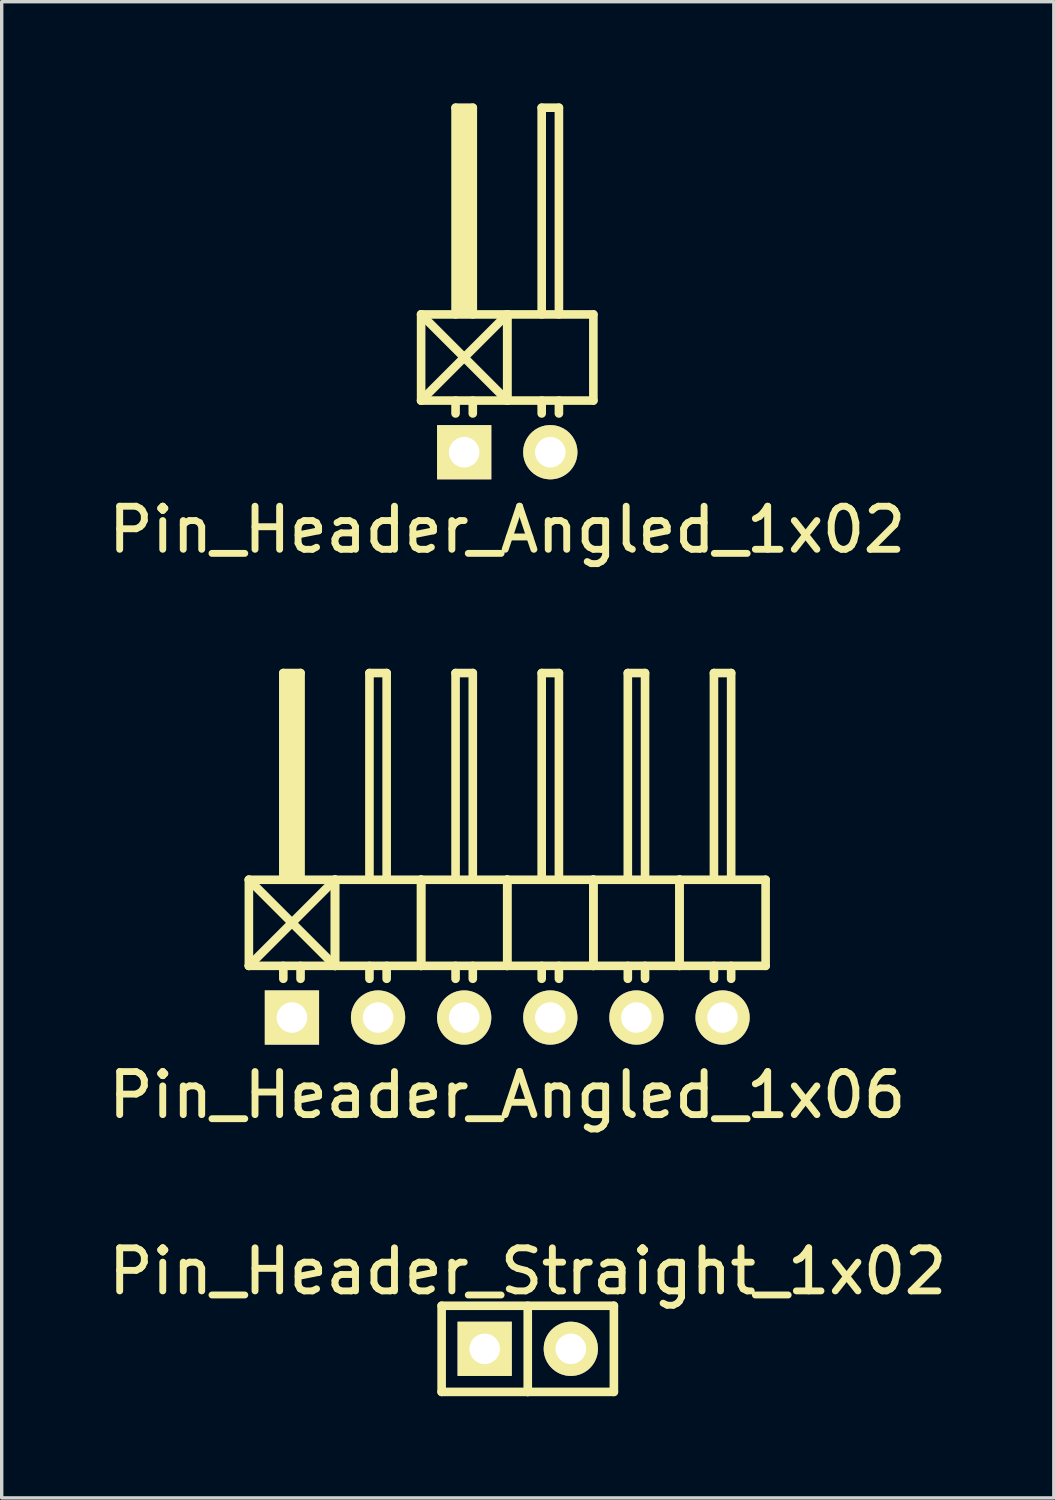
<source format=kicad_pcb>
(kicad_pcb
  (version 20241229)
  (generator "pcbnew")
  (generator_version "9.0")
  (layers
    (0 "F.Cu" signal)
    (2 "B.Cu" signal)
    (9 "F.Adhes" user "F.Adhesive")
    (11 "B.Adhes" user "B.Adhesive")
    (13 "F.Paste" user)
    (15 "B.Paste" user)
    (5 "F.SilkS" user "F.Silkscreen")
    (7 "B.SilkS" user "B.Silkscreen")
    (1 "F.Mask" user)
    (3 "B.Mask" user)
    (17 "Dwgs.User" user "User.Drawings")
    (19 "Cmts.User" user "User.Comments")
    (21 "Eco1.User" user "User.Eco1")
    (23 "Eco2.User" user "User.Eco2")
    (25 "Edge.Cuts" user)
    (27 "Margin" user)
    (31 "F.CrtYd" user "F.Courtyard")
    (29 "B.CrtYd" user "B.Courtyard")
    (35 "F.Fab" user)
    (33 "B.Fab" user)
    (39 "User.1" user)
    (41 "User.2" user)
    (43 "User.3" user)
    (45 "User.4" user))
  (footprint "Pin_Header_Angled_1x02"
    (layer "F.Cu")
    (at 11.91 10.287)
    (property "Reference" "Pin_Header_Angled_1x02" (at 0 2.286 0) (layer "F.SilkS") (effects (font (size 1.27 1.27) (thickness 0.203))))
    (attr through_hole)
    (fp_line (start -2.54 -4.064) (end 0 -1.524) (stroke (width 0.254) (type solid)) (layer "F.SilkS"))
    (fp_line (start -2.54 -1.524) (end -2.54 -4.064) (stroke (width 0.254) (type solid)) (layer "F.SilkS"))
    (fp_line (start -2.54 -1.524) (end 0 -1.524) (stroke (width 0.254) (type solid)) (layer "F.SilkS"))
    (fp_line (start -1.524 -10.16) (end -1.016 -10.16) (stroke (width 0.254) (type solid)) (layer "F.SilkS"))
    (fp_line (start -1.524 -4.064) (end -1.524 -10.16) (stroke (width 0.254) (type solid)) (layer "F.SilkS"))
    (fp_line (start -1.524 -1.524) (end -1.524 -1.143) (stroke (width 0.254) (type solid)) (layer "F.SilkS"))
    (fp_line (start -1.397 -10.033) (end -1.143 -10.033) (stroke (width 0.254) (type solid)) (layer "F.SilkS"))
    (fp_line (start -1.397 -4.191) (end -1.397 -10.033) (stroke (width 0.254) (type solid)) (layer "F.SilkS"))
    (fp_line (start -1.27 -4.191) (end -1.27 -10.033) (stroke (width 0.254) (type solid)) (layer "F.SilkS"))
    (fp_line (start -1.143 -10.033) (end -1.143 -4.191) (stroke (width 0.254) (type solid)) (layer "F.SilkS"))
    (fp_line (start -1.143 -4.191) (end -1.27 -4.191) (stroke (width 0.254) (type solid)) (layer "F.SilkS"))
    (fp_line (start -1.016 -10.16) (end -1.016 -4.064) (stroke (width 0.254) (type solid)) (layer "F.SilkS"))
    (fp_line (start -1.016 -1.524) (end -1.016 -1.143) (stroke (width 0.254) (type solid)) (layer "F.SilkS"))
    (fp_line (start 0 -4.064) (end -2.54 -4.064) (stroke (width 0.254) (type solid)) (layer "F.SilkS"))
    (fp_line (start 0 -4.064) (end -2.54 -1.524) (stroke (width 0.254) (type solid)) (layer "F.SilkS"))
    (fp_line (start 0 -1.524) (end 0 -4.064) (stroke (width 0.254) (type solid)) (layer "F.SilkS"))
    (fp_line (start 0 -1.524) (end 0 -4.064) (stroke (width 0.254) (type solid)) (layer "F.SilkS"))
    (fp_line (start 0 -1.524) (end 2.54 -1.524) (stroke (width 0.254) (type solid)) (layer "F.SilkS"))
    (fp_line (start 1.016 -10.16) (end 1.524 -10.16) (stroke (width 0.254) (type solid)) (layer "F.SilkS"))
    (fp_line (start 1.016 -4.064) (end 1.016 -10.16) (stroke (width 0.254) (type solid)) (layer "F.SilkS"))
    (fp_line (start 1.016 -1.524) (end 1.016 -1.143) (stroke (width 0.254) (type solid)) (layer "F.SilkS"))
    (fp_line (start 1.524 -10.16) (end 1.524 -4.064) (stroke (width 0.254) (type solid)) (layer "F.SilkS"))
    (fp_line (start 1.524 -1.524) (end 1.524 -1.143) (stroke (width 0.254) (type solid)) (layer "F.SilkS"))
    (fp_line (start 2.54 -4.064) (end 0 -4.064) (stroke (width 0.254) (type solid)) (layer "F.SilkS"))
    (fp_line (start 2.54 -1.524) (end 2.54 -4.064) (stroke (width 0.254) (type solid)) (layer "F.SilkS"))
    (pad "1" thru_hole rect (at -1.27 0) (size 1.6 1.6) (drill 0.9) (layers "*.Cu" "*.Mask" "F.SilkS"))
    (pad "2" thru_hole circle (at 1.27 0) (size 1.6 1.6) (drill 0.9) (layers "*.Cu" "*.Mask" "F.SilkS")))
  (footprint "Pin_Header_Angled_1x06"
    (layer "F.Cu")
    (at 11.91 26.96)
    (property "Reference" "Pin_Header_Angled_1x06" (at 0 2.286 0) (layer "F.SilkS") (effects (font (size 1.27 1.27) (thickness 0.203))))
    (attr through_hole)
    (fp_line (start -7.62 -4.064) (end -5.08 -1.524) (stroke (width 0.254) (type solid)) (layer "F.SilkS"))
    (fp_line (start -7.62 -1.524) (end -7.62 -4.064) (stroke (width 0.254) (type solid)) (layer "F.SilkS"))
    (fp_line (start -7.62 -1.524) (end -5.08 -1.524) (stroke (width 0.254) (type solid)) (layer "F.SilkS"))
    (fp_line (start -6.604 -10.16) (end -6.096 -10.16) (stroke (width 0.254) (type solid)) (layer "F.SilkS"))
    (fp_line (start -6.604 -4.064) (end -6.604 -10.16) (stroke (width 0.254) (type solid)) (layer "F.SilkS"))
    (fp_line (start -6.604 -1.524) (end -6.604 -1.143) (stroke (width 0.254) (type solid)) (layer "F.SilkS"))
    (fp_line (start -6.477 -10.033) (end -6.223 -10.033) (stroke (width 0.254) (type solid)) (layer "F.SilkS"))
    (fp_line (start -6.477 -4.191) (end -6.477 -10.033) (stroke (width 0.254) (type solid)) (layer "F.SilkS"))
    (fp_line (start -6.35 -4.191) (end -6.35 -10.033) (stroke (width 0.254) (type solid)) (layer "F.SilkS"))
    (fp_line (start -6.223 -10.033) (end -6.223 -4.191) (stroke (width 0.254) (type solid)) (layer "F.SilkS"))
    (fp_line (start -6.223 -4.191) (end -6.35 -4.191) (stroke (width 0.254) (type solid)) (layer "F.SilkS"))
    (fp_line (start -6.096 -10.16) (end -6.096 -4.064) (stroke (width 0.254) (type solid)) (layer "F.SilkS"))
    (fp_line (start -6.096 -1.524) (end -6.096 -1.143) (stroke (width 0.254) (type solid)) (layer "F.SilkS"))
    (fp_line (start -5.08 -4.064) (end -7.62 -4.064) (stroke (width 0.254) (type solid)) (layer "F.SilkS"))
    (fp_line (start -5.08 -4.064) (end -7.62 -1.524) (stroke (width 0.254) (type solid)) (layer "F.SilkS"))
    (fp_line (start -5.08 -1.524) (end -5.08 -4.064) (stroke (width 0.254) (type solid)) (layer "F.SilkS"))
    (fp_line (start -5.08 -1.524) (end -5.08 -4.064) (stroke (width 0.254) (type solid)) (layer "F.SilkS"))
    (fp_line (start -5.08 -1.524) (end -2.54 -1.524) (stroke (width 0.254) (type solid)) (layer "F.SilkS"))
    (fp_line (start -4.064 -10.16) (end -3.556 -10.16) (stroke (width 0.254) (type solid)) (layer "F.SilkS"))
    (fp_line (start -4.064 -4.064) (end -4.064 -10.16) (stroke (width 0.254) (type solid)) (layer "F.SilkS"))
    (fp_line (start -4.064 -1.524) (end -4.064 -1.143) (stroke (width 0.254) (type solid)) (layer "F.SilkS"))
    (fp_line (start -3.556 -10.16) (end -3.556 -4.064) (stroke (width 0.254) (type solid)) (layer "F.SilkS"))
    (fp_line (start -3.556 -1.524) (end -3.556 -1.143) (stroke (width 0.254) (type solid)) (layer "F.SilkS"))
    (fp_line (start -2.54 -4.064) (end -5.08 -4.064) (stroke (width 0.254) (type solid)) (layer "F.SilkS"))
    (fp_line (start -2.54 -1.524) (end -2.54 -4.064) (stroke (width 0.254) (type solid)) (layer "F.SilkS"))
    (fp_line (start -2.54 -1.524) (end -2.54 -4.064) (stroke (width 0.254) (type solid)) (layer "F.SilkS"))
    (fp_line (start -2.54 -1.524) (end 0 -1.524) (stroke (width 0.254) (type solid)) (layer "F.SilkS"))
    (fp_line (start -1.524 -10.16) (end -1.016 -10.16) (stroke (width 0.254) (type solid)) (layer "F.SilkS"))
    (fp_line (start -1.524 -4.064) (end -1.524 -10.16) (stroke (width 0.254) (type solid)) (layer "F.SilkS"))
    (fp_line (start -1.524 -1.524) (end -1.524 -1.143) (stroke (width 0.254) (type solid)) (layer "F.SilkS"))
    (fp_line (start -1.016 -10.16) (end -1.016 -4.064) (stroke (width 0.254) (type solid)) (layer "F.SilkS"))
    (fp_line (start -1.016 -1.524) (end -1.016 -1.143) (stroke (width 0.254) (type solid)) (layer "F.SilkS"))
    (fp_line (start 0 -4.064) (end -2.54 -4.064) (stroke (width 0.254) (type solid)) (layer "F.SilkS"))
    (fp_line (start 0 -1.524) (end 0 -4.064) (stroke (width 0.254) (type solid)) (layer "F.SilkS"))
    (fp_line (start 0 -1.524) (end 0 -4.064) (stroke (width 0.254) (type solid)) (layer "F.SilkS"))
    (fp_line (start 0 -1.524) (end 2.54 -1.524) (stroke (width 0.254) (type solid)) (layer "F.SilkS"))
    (fp_line (start 1.016 -10.16) (end 1.524 -10.16) (stroke (width 0.254) (type solid)) (layer "F.SilkS"))
    (fp_line (start 1.016 -4.064) (end 1.016 -10.16) (stroke (width 0.254) (type solid)) (layer "F.SilkS"))
    (fp_line (start 1.016 -1.524) (end 1.016 -1.143) (stroke (width 0.254) (type solid)) (layer "F.SilkS"))
    (fp_line (start 1.524 -10.16) (end 1.524 -4.064) (stroke (width 0.254) (type solid)) (layer "F.SilkS"))
    (fp_line (start 1.524 -1.524) (end 1.524 -1.143) (stroke (width 0.254) (type solid)) (layer "F.SilkS"))
    (fp_line (start 2.54 -4.064) (end 0 -4.064) (stroke (width 0.254) (type solid)) (layer "F.SilkS"))
    (fp_line (start 2.54 -1.524) (end 2.54 -4.064) (stroke (width 0.254) (type solid)) (layer "F.SilkS"))
    (fp_line (start 2.54 -1.524) (end 2.54 -4.064) (stroke (width 0.254) (type solid)) (layer "F.SilkS"))
    (fp_line (start 2.54 -1.524) (end 5.08 -1.524) (stroke (width 0.254) (type solid)) (layer "F.SilkS"))
    (fp_line (start 3.556 -10.16) (end 4.064 -10.16) (stroke (width 0.254) (type solid)) (layer "F.SilkS"))
    (fp_line (start 3.556 -4.064) (end 3.556 -10.16) (stroke (width 0.254) (type solid)) (layer "F.SilkS"))
    (fp_line (start 3.556 -1.524) (end 3.556 -1.143) (stroke (width 0.254) (type solid)) (layer "F.SilkS"))
    (fp_line (start 4.064 -10.16) (end 4.064 -4.064) (stroke (width 0.254) (type solid)) (layer "F.SilkS"))
    (fp_line (start 4.064 -1.524) (end 4.064 -1.143) (stroke (width 0.254) (type solid)) (layer "F.SilkS"))
    (fp_line (start 5.08 -4.064) (end 2.54 -4.064) (stroke (width 0.254) (type solid)) (layer "F.SilkS"))
    (fp_line (start 5.08 -1.524) (end 5.08 -4.064) (stroke (width 0.254) (type solid)) (layer "F.SilkS"))
    (fp_line (start 5.08 -1.524) (end 5.08 -4.064) (stroke (width 0.254) (type solid)) (layer "F.SilkS"))
    (fp_line (start 5.08 -1.524) (end 7.62 -1.524) (stroke (width 0.254) (type solid)) (layer "F.SilkS"))
    (fp_line (start 6.096 -10.16) (end 6.604 -10.16) (stroke (width 0.254) (type solid)) (layer "F.SilkS"))
    (fp_line (start 6.096 -4.064) (end 6.096 -10.16) (stroke (width 0.254) (type solid)) (layer "F.SilkS"))
    (fp_line (start 6.096 -1.524) (end 6.096 -1.143) (stroke (width 0.254) (type solid)) (layer "F.SilkS"))
    (fp_line (start 6.604 -10.16) (end 6.604 -4.064) (stroke (width 0.254) (type solid)) (layer "F.SilkS"))
    (fp_line (start 6.604 -1.524) (end 6.604 -1.143) (stroke (width 0.254) (type solid)) (layer "F.SilkS"))
    (fp_line (start 7.62 -4.064) (end 5.08 -4.064) (stroke (width 0.254) (type solid)) (layer "F.SilkS"))
    (fp_line (start 7.62 -1.524) (end 7.62 -4.064) (stroke (width 0.254) (type solid)) (layer "F.SilkS"))
    (pad "1" thru_hole rect (at -6.35 0) (size 1.6 1.6) (drill 0.9) (layers "*.Cu" "*.Mask" "F.SilkS"))
    (pad "2" thru_hole circle (at -3.81 0) (size 1.6 1.6) (drill 0.9) (layers "*.Cu" "*.Mask" "F.SilkS"))
    (pad "3" thru_hole circle (at -1.27 0) (size 1.6 1.6) (drill 0.9) (layers "*.Cu" "*.Mask" "F.SilkS"))
    (pad "4" thru_hole circle (at 1.27 0) (size 1.6 1.6) (drill 0.9) (layers "*.Cu" "*.Mask" "F.SilkS"))
    (pad "5" thru_hole circle (at 3.81 0) (size 1.6 1.6) (drill 0.9) (layers "*.Cu" "*.Mask" "F.SilkS"))
    (pad "6" thru_hole circle (at 6.35 0) (size 1.6 1.6) (drill 0.9) (layers "*.Cu" "*.Mask" "F.SilkS")))
  (footprint "Pin_Header_Straight_1x02"
    (layer "F.Cu")
    (at 12.515 36.731)
    (property "Reference" "Pin_Header_Straight_1x02" (at 0 -2.286 0) (layer "F.SilkS") (effects (font (size 1.27 1.27) (thickness 0.203))))
    (attr through_hole)
    (fp_line (start -2.54 -1.27) (end -2.54 1.27) (stroke (width 0.254) (type solid)) (layer "F.SilkS"))
    (fp_line (start -2.54 1.27) (end 0 1.27) (stroke (width 0.254) (type solid)) (layer "F.SilkS"))
    (fp_line (start 0 -1.27) (end 0 1.27) (stroke (width 0.254) (type solid)) (layer "F.SilkS"))
    (fp_line (start 0 1.27) (end 2.54 1.27) (stroke (width 0.254) (type solid)) (layer "F.SilkS"))
    (fp_line (start 2.54 -1.27) (end -2.54 -1.27) (stroke (width 0.254) (type solid)) (layer "F.SilkS"))
    (fp_line (start 2.54 1.27) (end 2.54 -1.27) (stroke (width 0.254) (type solid)) (layer "F.SilkS"))
    (pad "1" thru_hole rect (at -1.27 0) (size 1.6 1.6) (drill 0.9) (layers "*.Cu" "*.Mask" "F.SilkS"))
    (pad "2" thru_hole circle (at 1.27 0) (size 1.6 1.6) (drill 0.9) (layers "*.Cu" "*.Mask" "F.SilkS")))
  (gr_rect
    (start -3 -3)
    (end 28.03 41.128)
    (stroke (width 0.1) (type default))
    (fill no)
    (layer "Edge.Cuts")))
</source>
